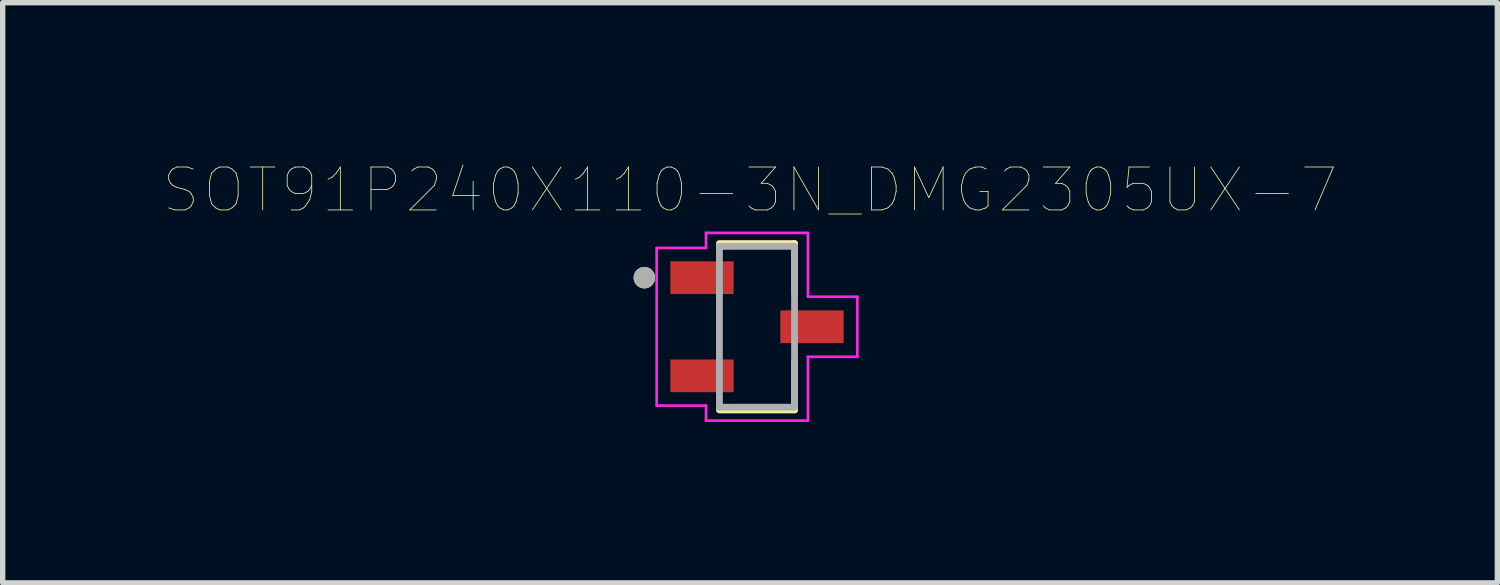
<source format=kicad_pcb>
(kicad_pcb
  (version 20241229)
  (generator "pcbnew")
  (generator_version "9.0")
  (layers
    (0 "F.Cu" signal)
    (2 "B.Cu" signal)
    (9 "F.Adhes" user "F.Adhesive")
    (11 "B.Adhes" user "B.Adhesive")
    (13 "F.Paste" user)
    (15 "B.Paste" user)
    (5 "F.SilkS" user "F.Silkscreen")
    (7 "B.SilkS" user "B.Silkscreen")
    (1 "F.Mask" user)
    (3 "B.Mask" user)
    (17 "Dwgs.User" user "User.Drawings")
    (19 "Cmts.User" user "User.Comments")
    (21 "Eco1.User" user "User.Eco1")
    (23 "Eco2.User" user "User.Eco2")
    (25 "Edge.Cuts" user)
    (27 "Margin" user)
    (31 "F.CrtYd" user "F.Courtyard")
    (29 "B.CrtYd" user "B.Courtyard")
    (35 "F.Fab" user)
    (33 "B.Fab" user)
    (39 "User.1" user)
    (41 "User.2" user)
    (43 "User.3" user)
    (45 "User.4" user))
  (footprint "SOT91P240X110-3N_DMG2305UX-7"
    (layer "F.Cu")
    (at 11.063 3.042)
    (property "Reference" "SOT91P240X110-3N_DMG2305UX-7" (at -0.13 -2.548 0) (layer "F.SilkS") (effects (font (size 0.8 0.8) (thickness 0.015))))
    (attr through_hole)
    (fp_line (start -0.7 -1.55) (end 0.7 -1.55) (stroke (width 0.127) (type solid)) (layer "F.SilkS"))
    (fp_line (start 0.7 -1.55) (end 0.7 -0.63) (stroke (width 0.127) (type solid)) (layer "F.SilkS"))
    (fp_line (start 0.7 0.63) (end 0.7 1.55) (stroke (width 0.127) (type solid)) (layer "F.SilkS"))
    (fp_line (start 0.7 1.55) (end -0.7 1.55) (stroke (width 0.127) (type solid)) (layer "F.SilkS"))
    (fp_circle (center -2.1 -0.915) (end -2 -0.915) (stroke (width 0.2) (type solid)) (fill no) (layer "F.SilkS"))
    (fp_line (start -1.87 -1.47) (end -0.95 -1.47) (stroke (width 0.05) (type solid)) (layer "F.CrtYd"))
    (fp_line (start -1.87 1.47) (end -1.87 -1.47) (stroke (width 0.05) (type solid)) (layer "F.CrtYd"))
    (fp_line (start -0.95 -1.75) (end 0.95 -1.75) (stroke (width 0.05) (type solid)) (layer "F.CrtYd"))
    (fp_line (start -0.95 -1.47) (end -0.95 -1.75) (stroke (width 0.05) (type solid)) (layer "F.CrtYd"))
    (fp_line (start -0.95 1.47) (end -1.87 1.47) (stroke (width 0.05) (type solid)) (layer "F.CrtYd"))
    (fp_line (start -0.95 1.75) (end -0.95 1.47) (stroke (width 0.05) (type solid)) (layer "F.CrtYd"))
    (fp_line (start 0.95 -1.75) (end 0.95 -0.56) (stroke (width 0.05) (type solid)) (layer "F.CrtYd"))
    (fp_line (start 0.95 -0.56) (end 1.87 -0.56) (stroke (width 0.05) (type solid)) (layer "F.CrtYd"))
    (fp_line (start 0.95 0.56) (end 0.95 1.75) (stroke (width 0.05) (type solid)) (layer "F.CrtYd"))
    (fp_line (start 0.95 1.75) (end -0.95 1.75) (stroke (width 0.05) (type solid)) (layer "F.CrtYd"))
    (fp_line (start 1.87 -0.56) (end 1.87 0.56) (stroke (width 0.05) (type solid)) (layer "F.CrtYd"))
    (fp_line (start 1.87 0.56) (end 0.95 0.56) (stroke (width 0.05) (type solid)) (layer "F.CrtYd"))
    (fp_line (start -0.7 -1.5) (end 0.7 -1.5) (stroke (width 0.127) (type solid)) (layer "F.Fab"))
    (fp_line (start -0.7 1.5) (end -0.7 -1.5) (stroke (width 0.127) (type solid)) (layer "F.Fab"))
    (fp_line (start 0.7 -1.5) (end 0.7 1.5) (stroke (width 0.127) (type solid)) (layer "F.Fab"))
    (fp_line (start 0.7 1.5) (end -0.7 1.5) (stroke (width 0.127) (type solid)) (layer "F.Fab"))
    (fp_circle (center -2.1 -0.915) (end -2 -0.915) (stroke (width 0.2) (type solid)) (fill no) (layer "F.Fab"))
    (pad "1" smd rect (at -1.025 -0.915) (size 1.18 0.61) (layers "F.Cu" "F.Mask" "F.Paste"))
    (pad "2" smd rect (at -1.025 0.915) (size 1.18 0.61) (layers "F.Cu" "F.Mask" "F.Paste"))
    (pad "3" smd rect (at 1.025 0) (size 1.18 0.61) (layers "F.Cu" "F.Mask" "F.Paste")))
  (gr_rect
    (start -3 -3)
    (end 24.866 7.817)
    (stroke (width 0.1) (type default))
    (fill no)
    (layer "Edge.Cuts")))
</source>
